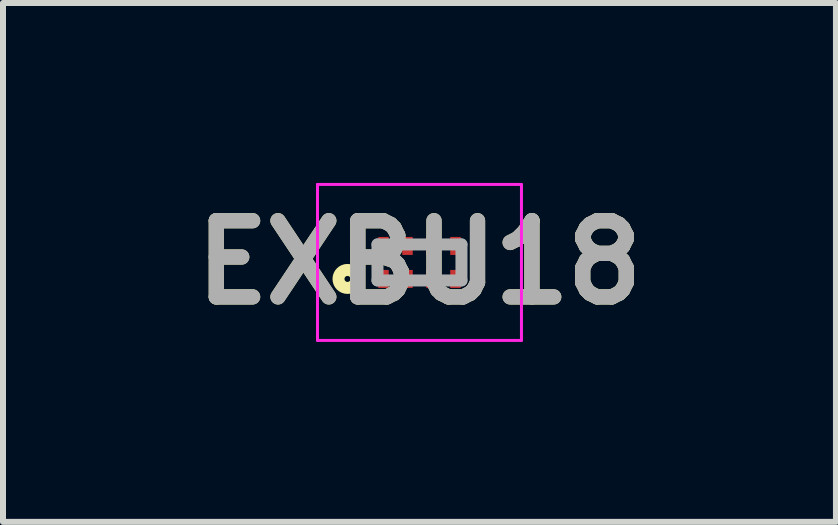
<source format=kicad_pcb>
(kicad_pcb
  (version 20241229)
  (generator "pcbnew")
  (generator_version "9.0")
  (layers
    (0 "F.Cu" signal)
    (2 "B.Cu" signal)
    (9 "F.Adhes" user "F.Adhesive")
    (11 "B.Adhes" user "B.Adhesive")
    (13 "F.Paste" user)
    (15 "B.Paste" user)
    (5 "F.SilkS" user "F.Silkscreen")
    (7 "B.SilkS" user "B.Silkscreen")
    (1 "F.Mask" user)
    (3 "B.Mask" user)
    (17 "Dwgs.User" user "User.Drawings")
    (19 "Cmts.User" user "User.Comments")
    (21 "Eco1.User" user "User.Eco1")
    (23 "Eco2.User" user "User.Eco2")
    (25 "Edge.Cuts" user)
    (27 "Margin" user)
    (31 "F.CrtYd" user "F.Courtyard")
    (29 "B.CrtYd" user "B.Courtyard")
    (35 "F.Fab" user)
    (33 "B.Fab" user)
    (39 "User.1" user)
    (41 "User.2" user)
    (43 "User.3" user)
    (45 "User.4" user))
  (footprint "EXBU18"
    (layer "F.Cu")
    (at 3.943 1.325)
    (property "Reference" "EXBU18" (at 0 0 0) (layer "F.SilkS") (effects (font (size 1.27 1.27) (thickness 0.254))))
    (attr smd)
    (fp_circle (center -1.2 0.275) (end -1.2 0.325) (stroke (width 0.2) (type solid)) (fill no) (layer "F.SilkS"))
    (fp_line (start -1.7 -1.3) (end 1.7 -1.3) (stroke (width 0.05) (type solid)) (layer "F.CrtYd"))
    (fp_line (start -1.7 1.3) (end -1.7 -1.3) (stroke (width 0.05) (type solid)) (layer "F.CrtYd"))
    (fp_line (start 1.7 -1.3) (end 1.7 1.3) (stroke (width 0.05) (type solid)) (layer "F.CrtYd"))
    (fp_line (start 1.7 1.3) (end -1.7 1.3) (stroke (width 0.05) (type solid)) (layer "F.CrtYd"))
    (fp_line (start -0.7 -0.3) (end 0.7 -0.3) (stroke (width 0.2) (type solid)) (layer "F.Fab"))
    (fp_line (start -0.7 0.3) (end -0.7 -0.3) (stroke (width 0.2) (type solid)) (layer "F.Fab"))
    (fp_line (start 0.7 -0.3) (end 0.7 0.3) (stroke (width 0.2) (type solid)) (layer "F.Fab"))
    (fp_line (start 0.7 0.3) (end -0.7 0.3) (stroke (width 0.2) (type solid)) (layer "F.Fab"))
    (fp_text user "${REFERENCE}" (at 0 0 0) (layer "F.Fab") (effects (font (size 1.27 1.27) (thickness 0.254))))
    (pad "1" smd rect (at -0.6 0.275) (size 0.175 0.3) (layers "F.Cu" "F.Mask" "F.Paste"))
    (pad "2" smd rect (at -0.2 0.275) (size 0.175 0.3) (layers "F.Cu" "F.Mask" "F.Paste"))
    (pad "3" smd rect (at 0.2 0.275) (size 0.175 0.3) (layers "F.Cu" "F.Mask" "F.Paste"))
    (pad "4" smd rect (at 0.6 0.275) (size 0.175 0.3) (layers "F.Cu" "F.Mask" "F.Paste"))
    (pad "5" smd rect (at 0.6 -0.275) (size 0.175 0.3) (layers "F.Cu" "F.Mask" "F.Paste"))
    (pad "6" smd rect (at 0.2 -0.275) (size 0.175 0.3) (layers "F.Cu" "F.Mask" "F.Paste"))
    (pad "7" smd rect (at -0.2 -0.275) (size 0.175 0.3) (layers "F.Cu" "F.Mask" "F.Paste"))
    (pad "8" smd rect (at -0.6 -0.275) (size 0.175 0.3) (layers "F.Cu" "F.Mask" "F.Paste")))
  (gr_rect
    (start -3 -3)
    (end 10.886 5.65)
    (stroke (width 0.1) (type default))
    (fill no)
    (layer "Edge.Cuts")))
</source>
